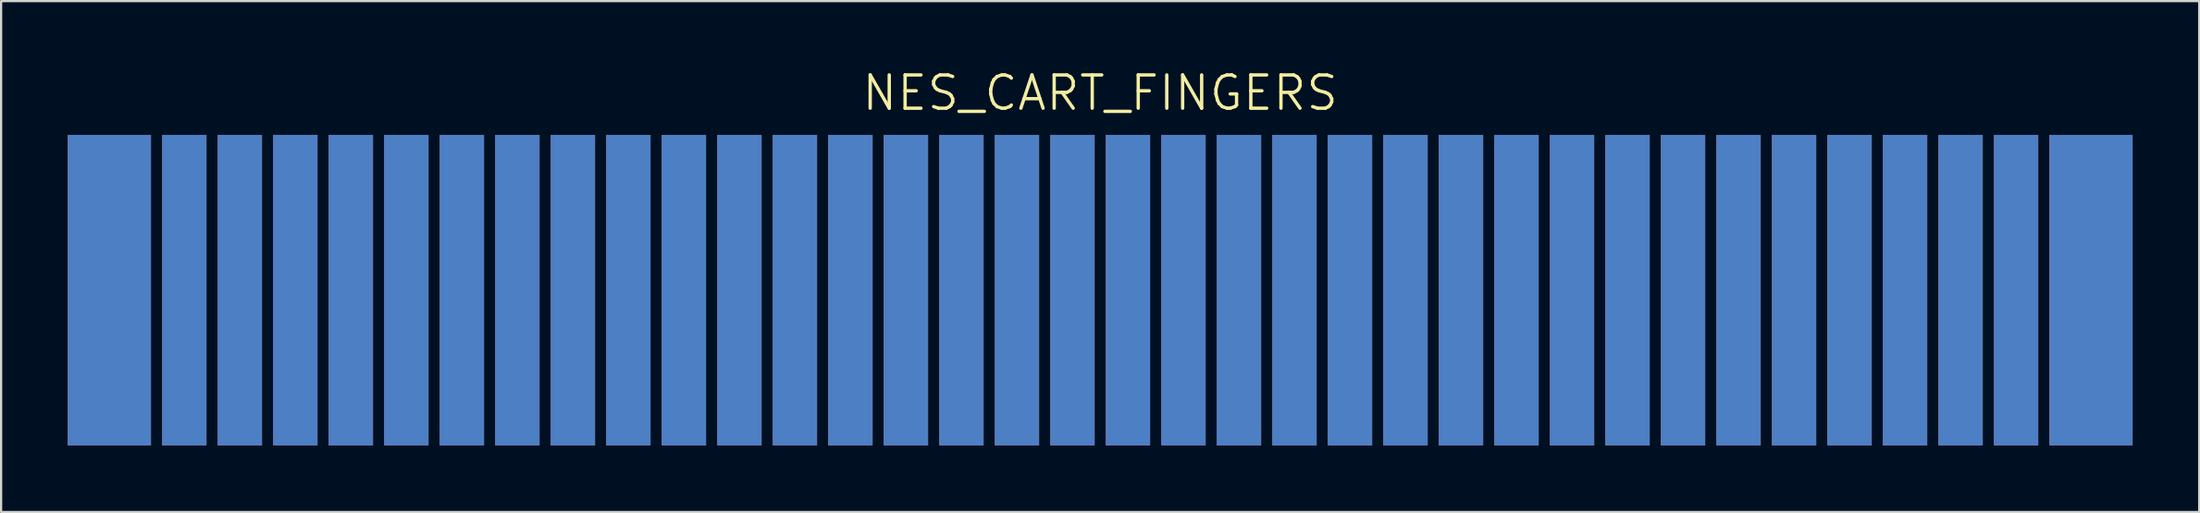
<source format=kicad_pcb>
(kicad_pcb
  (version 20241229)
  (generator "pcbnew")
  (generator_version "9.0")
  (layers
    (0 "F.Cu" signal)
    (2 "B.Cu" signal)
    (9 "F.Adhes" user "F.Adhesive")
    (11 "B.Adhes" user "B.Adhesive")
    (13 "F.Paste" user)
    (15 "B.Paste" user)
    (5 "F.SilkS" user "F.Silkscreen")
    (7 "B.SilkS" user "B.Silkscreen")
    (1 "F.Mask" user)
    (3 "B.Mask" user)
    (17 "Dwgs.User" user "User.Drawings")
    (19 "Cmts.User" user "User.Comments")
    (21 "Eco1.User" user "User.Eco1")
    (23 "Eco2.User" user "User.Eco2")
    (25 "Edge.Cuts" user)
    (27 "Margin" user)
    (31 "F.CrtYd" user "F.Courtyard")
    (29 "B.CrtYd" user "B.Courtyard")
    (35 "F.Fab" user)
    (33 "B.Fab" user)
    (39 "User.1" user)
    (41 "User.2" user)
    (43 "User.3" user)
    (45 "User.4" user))
  (footprint "NES_CART_FINGERS"
    (layer "F.Cu")
    (at 46.5 10.031)
    (property "Reference" "NES_CART_FINGERS" (at 0 -8.89 0) (layer "F.SilkS") (effects (font (size 1.5 1.5) (thickness 0.15))))
    (attr through_hole)
    (pad "1" connect rect (at 44.625 0) (size 3.75 14) (layers "F.Cu" "F.Mask"))
    (pad "2" connect rect (at 41.25 0) (size 2 14) (layers "F.Cu" "F.Mask"))
    (pad "3" connect rect (at 38.75 0) (size 2 14) (layers "F.Cu" "F.Mask"))
    (pad "4" connect rect (at 36.25 0) (size 2 14) (layers "F.Cu" "F.Mask"))
    (pad "5" connect rect (at 33.75 0) (size 2 14) (layers "F.Cu" "F.Mask"))
    (pad "6" connect rect (at 31.25 0) (size 2 14) (layers "F.Cu" "F.Mask"))
    (pad "7" connect rect (at 28.75 0) (size 2 14) (layers "F.Cu" "F.Mask"))
    (pad "8" connect rect (at 26.25 0) (size 2 14) (layers "F.Cu" "F.Mask"))
    (pad "9" connect rect (at 23.75 0) (size 2 14) (layers "F.Cu" "F.Mask"))
    (pad "10" connect rect (at 21.25 0) (size 2 14) (layers "F.Cu" "F.Mask"))
    (pad "11" connect rect (at 18.75 0) (size 2 14) (layers "F.Cu" "F.Mask"))
    (pad "12" connect rect (at 16.25 0) (size 2 14) (layers "F.Cu" "F.Mask"))
    (pad "13" connect rect (at 13.75 0) (size 2 14) (layers "F.Cu" "F.Mask"))
    (pad "14" connect rect (at 11.25 0) (size 2 14) (layers "F.Cu" "F.Mask"))
    (pad "15" connect rect (at 8.75 0) (size 2 14) (layers "F.Cu" "F.Mask"))
    (pad "16" connect rect (at 6.25 0) (size 2 14) (layers "F.Cu" "F.Mask"))
    (pad "17" connect rect (at 3.75 0) (size 2 14) (layers "F.Cu" "F.Mask"))
    (pad "18" connect rect (at 1.25 0) (size 2 14) (layers "F.Cu" "F.Mask"))
    (pad "19" connect rect (at -1.25 0) (size 2 14) (layers "F.Cu" "F.Mask"))
    (pad "20" connect rect (at -3.75 0) (size 2 14) (layers "F.Cu" "F.Mask"))
    (pad "21" connect rect (at -6.25 0) (size 2 14) (layers "F.Cu" "F.Mask"))
    (pad "22" connect rect (at -8.75 0) (size 2 14) (layers "F.Cu" "F.Mask"))
    (pad "23" connect rect (at -11.25 0) (size 2 14) (layers "F.Cu" "F.Mask"))
    (pad "24" connect rect (at -13.75 0) (size 2 14) (layers "F.Cu" "F.Mask"))
    (pad "25" connect rect (at -16.25 0) (size 2 14) (layers "F.Cu" "F.Mask"))
    (pad "26" connect rect (at -18.75 0) (size 2 14) (layers "F.Cu" "F.Mask"))
    (pad "27" connect rect (at -21.25 0) (size 2 14) (layers "F.Cu" "F.Mask"))
    (pad "28" connect rect (at -23.75 0) (size 2 14) (layers "F.Cu" "F.Mask"))
    (pad "29" connect rect (at -26.25 0) (size 2 14) (layers "F.Cu" "F.Mask"))
    (pad "30" connect rect (at -28.75 0) (size 2 14) (layers "F.Cu" "F.Mask"))
    (pad "31" connect rect (at -31.25 0) (size 2 14) (layers "F.Cu" "F.Mask"))
    (pad "32" connect rect (at -33.75 0) (size 2 14) (layers "F.Cu" "F.Mask"))
    (pad "33" connect rect (at -36.25 0) (size 2 14) (layers "F.Cu" "F.Mask"))
    (pad "34" connect rect (at -38.75 0) (size 2 14) (layers "F.Cu" "F.Mask"))
    (pad "35" connect rect (at -41.25 0) (size 2 14) (layers "F.Cu" "F.Mask"))
    (pad "36" connect rect (at -44.625 0) (size 3.75 14) (layers "F.Cu" "F.Mask"))
    (pad "37" connect rect (at 44.625 0) (size 3.75 14) (layers "B.Cu" "B.Mask"))
    (pad "38" connect rect (at 41.25 0) (size 2 14) (layers "B.Cu" "B.Mask"))
    (pad "39" connect rect (at 38.75 0) (size 2 14) (layers "B.Cu" "B.Mask"))
    (pad "40" connect rect (at 36.25 0) (size 2 14) (layers "B.Cu" "B.Mask"))
    (pad "41" connect rect (at 33.75 0) (size 2 14) (layers "B.Cu" "B.Mask"))
    (pad "42" connect rect (at 31.25 0) (size 2 14) (layers "B.Cu" "B.Mask"))
    (pad "43" connect rect (at 28.75 0) (size 2 14) (layers "B.Cu" "B.Mask"))
    (pad "44" connect rect (at 26.25 0) (size 2 14) (layers "B.Cu" "B.Mask"))
    (pad "45" connect rect (at 23.75 0) (size 2 14) (layers "B.Cu" "B.Mask"))
    (pad "46" connect rect (at 21.25 0) (size 2 14) (layers "B.Cu" "B.Mask"))
    (pad "47" connect rect (at 18.75 0) (size 2 14) (layers "B.Cu" "B.Mask"))
    (pad "48" connect rect (at 16.25 0) (size 2 14) (layers "B.Cu" "B.Mask"))
    (pad "49" connect rect (at 13.75 0) (size 2 14) (layers "B.Cu" "B.Mask"))
    (pad "50" connect rect (at 11.25 0) (size 2 14) (layers "B.Cu" "B.Mask"))
    (pad "51" connect rect (at 8.75 0) (size 2 14) (layers "B.Cu" "B.Mask"))
    (pad "52" connect rect (at 6.25 0) (size 2 14) (layers "B.Cu" "B.Mask"))
    (pad "53" connect rect (at 3.75 0) (size 2 14) (layers "B.Cu" "B.Mask"))
    (pad "54" connect rect (at 1.25 0) (size 2 14) (layers "B.Cu" "B.Mask"))
    (pad "55" connect rect (at -1.25 0) (size 2 14) (layers "B.Cu" "B.Mask"))
    (pad "56" connect rect (at -3.75 0) (size 2 14) (layers "B.Cu" "B.Mask"))
    (pad "57" connect rect (at -6.25 0) (size 2 14) (layers "B.Cu" "B.Mask"))
    (pad "58" connect rect (at -8.75 0) (size 2 14) (layers "B.Cu" "B.Mask"))
    (pad "59" connect rect (at -11.25 0) (size 2 14) (layers "B.Cu" "B.Mask"))
    (pad "60" connect rect (at -13.75 0) (size 2 14) (layers "B.Cu" "B.Mask"))
    (pad "61" connect rect (at -16.25 0) (size 2 14) (layers "B.Cu" "B.Mask"))
    (pad "62" connect rect (at -18.75 0) (size 2 14) (layers "B.Cu" "B.Mask"))
    (pad "63" connect rect (at -21.25 0) (size 2 14) (layers "B.Cu" "B.Mask"))
    (pad "64" connect rect (at -23.75 0) (size 2 14) (layers "B.Cu" "B.Mask"))
    (pad "65" connect rect (at -26.25 0) (size 2 14) (layers "B.Cu" "B.Mask"))
    (pad "66" connect rect (at -28.75 0) (size 2 14) (layers "B.Cu" "B.Mask"))
    (pad "67" connect rect (at -31.25 0) (size 2 14) (layers "B.Cu" "B.Mask"))
    (pad "68" connect rect (at -33.75 0) (size 2 14) (layers "B.Cu" "B.Mask"))
    (pad "69" connect rect (at -36.25 0) (size 2 14) (layers "B.Cu" "B.Mask"))
    (pad "70" connect rect (at -38.75 0) (size 2 14) (layers "B.Cu" "B.Mask"))
    (pad "71" connect rect (at -41.25 0) (size 2 14) (layers "B.Cu" "B.Mask"))
    (pad "72" connect rect (at -44.625 0) (size 3.75 14) (layers "B.Cu" "B.Mask")))
  (gr_rect
    (start -3 -3)
    (end 96 20.031)
    (stroke (width 0.1) (type default))
    (fill no)
    (layer "Edge.Cuts")))
</source>
